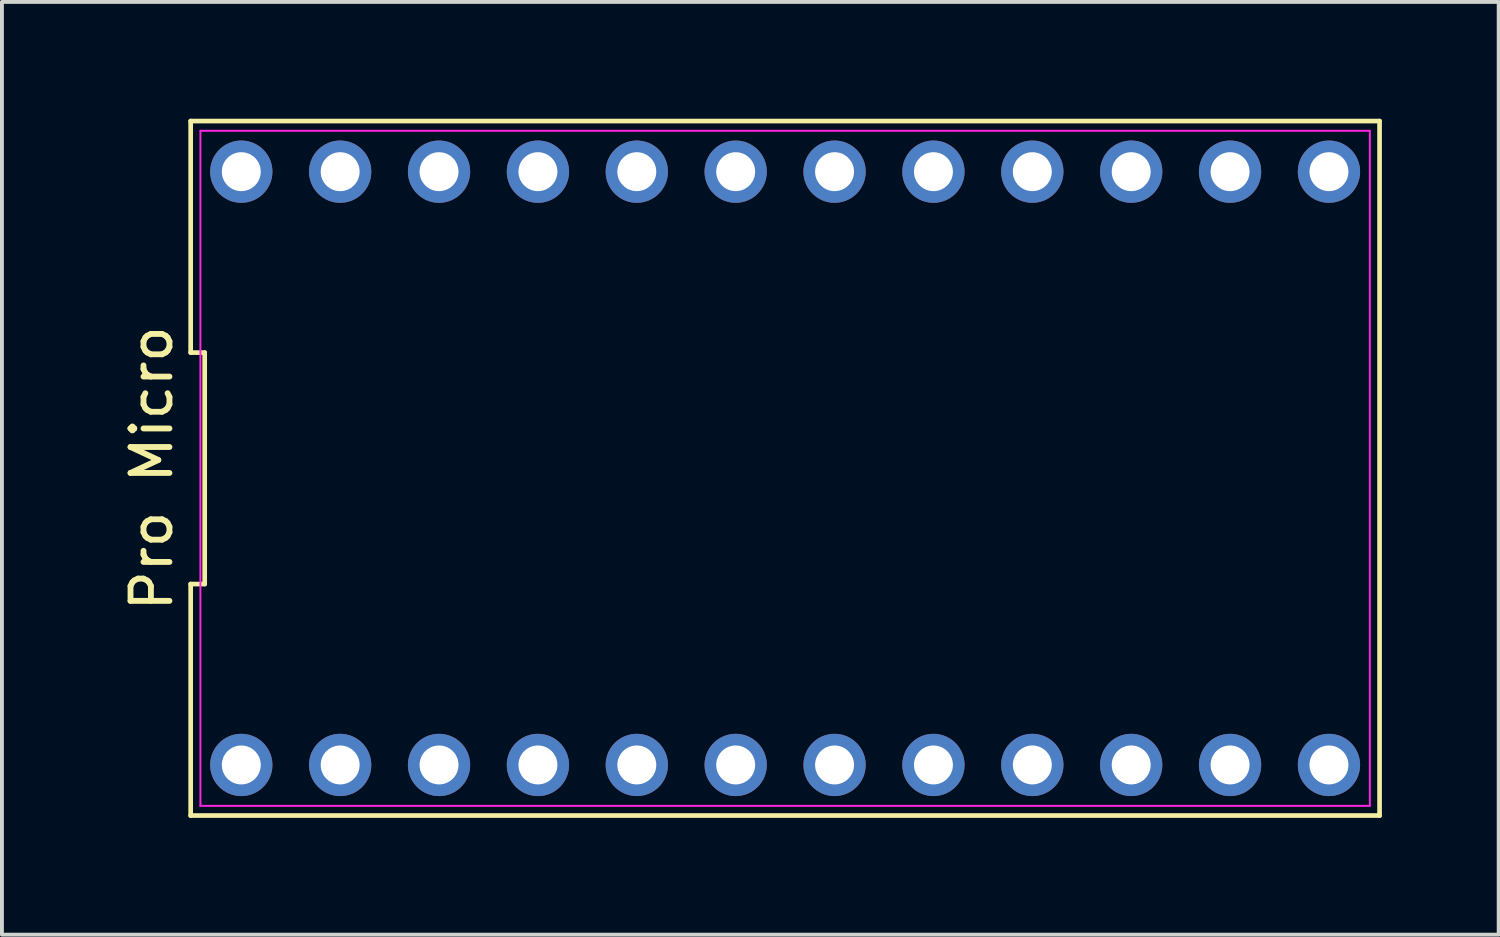
<source format=kicad_pcb>
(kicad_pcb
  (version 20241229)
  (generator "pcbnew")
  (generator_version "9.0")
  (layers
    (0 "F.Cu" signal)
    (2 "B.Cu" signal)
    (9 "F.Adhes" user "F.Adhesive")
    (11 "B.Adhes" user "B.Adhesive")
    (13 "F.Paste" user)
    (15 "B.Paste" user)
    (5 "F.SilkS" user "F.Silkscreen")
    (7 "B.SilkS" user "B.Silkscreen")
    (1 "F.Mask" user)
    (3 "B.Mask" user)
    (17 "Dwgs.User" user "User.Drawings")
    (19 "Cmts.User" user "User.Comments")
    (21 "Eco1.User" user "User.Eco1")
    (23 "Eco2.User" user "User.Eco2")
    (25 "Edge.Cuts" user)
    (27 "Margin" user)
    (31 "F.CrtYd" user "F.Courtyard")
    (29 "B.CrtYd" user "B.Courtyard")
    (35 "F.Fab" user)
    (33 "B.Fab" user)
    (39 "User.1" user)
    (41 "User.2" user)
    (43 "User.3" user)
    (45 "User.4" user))
  (footprint "Pro Micro"
    (layer "F.Cu")
    (at 17.118 8.98)
    (property "Reference" "Pro Micro" (at -16.27 0 90) (layer "F.SilkS") (effects (font (size 1 1) (thickness 0.15))))
    (attr through_hole)
    (fp_line (start -15.27 -8.92) (end -15.27 -2.973) (stroke (width 0.12) (type default)) (layer "F.SilkS"))
    (fp_line (start -15.27 -2.973) (end -14.91 -2.973) (stroke (width 0.12) (type default)) (layer "F.SilkS"))
    (fp_line (start -15.27 2.973) (end -15.27 8.92) (stroke (width 0.12) (type default)) (layer "F.SilkS"))
    (fp_line (start -15.27 8.92) (end 15.27 8.92) (stroke (width 0.12) (type default)) (layer "F.SilkS"))
    (fp_line (start -14.91 -2.973) (end -14.91 2.973) (stroke (width 0.12) (type default)) (layer "F.SilkS"))
    (fp_line (start -14.91 2.973) (end -15.27 2.973) (stroke (width 0.12) (type default)) (layer "F.SilkS"))
    (fp_line (start 15.27 -8.92) (end -15.27 -8.92) (stroke (width 0.12) (type default)) (layer "F.SilkS"))
    (fp_line (start 15.27 8.92) (end 15.27 -8.92) (stroke (width 0.12) (type default)) (layer "F.SilkS"))
    (fp_line (start -15.02 -8.67) (end 15.02 -8.67) (stroke (width 0.05) (type default)) (layer "F.CrtYd"))
    (fp_line (start -15.02 8.67) (end -15.02 -8.67) (stroke (width 0.05) (type default)) (layer "F.CrtYd"))
    (fp_line (start 15.02 -8.67) (end 15.02 8.67) (stroke (width 0.05) (type default)) (layer "F.CrtYd"))
    (fp_line (start 15.02 8.67) (end -15.02 8.67) (stroke (width 0.05) (type default)) (layer "F.CrtYd"))
    (pad "1" thru_hole circle (at -13.97 7.62) (size 1.6 1.6) (drill 1) (layers "*.Cu" "*.Mask"))
    (pad "2" thru_hole circle (at -11.43 7.62) (size 1.6 1.6) (drill 1) (layers "*.Cu" "*.Mask"))
    (pad "3" thru_hole circle (at -8.89 7.62) (size 1.6 1.6) (drill 1) (layers "*.Cu" "*.Mask"))
    (pad "4" thru_hole circle (at -6.35 7.62) (size 1.6 1.6) (drill 1) (layers "*.Cu" "*.Mask"))
    (pad "5" thru_hole circle (at -3.81 7.62) (size 1.6 1.6) (drill 1) (layers "*.Cu" "*.Mask"))
    (pad "6" thru_hole circle (at -1.27 7.62) (size 1.6 1.6) (drill 1) (layers "*.Cu" "*.Mask"))
    (pad "7" thru_hole circle (at 1.27 7.62) (size 1.6 1.6) (drill 1) (layers "*.Cu" "*.Mask"))
    (pad "8" thru_hole circle (at 3.81 7.62) (size 1.6 1.6) (drill 1) (layers "*.Cu" "*.Mask"))
    (pad "9" thru_hole circle (at 6.35 7.62) (size 1.6 1.6) (drill 1) (layers "*.Cu" "*.Mask"))
    (pad "10" thru_hole circle (at 8.89 7.62) (size 1.6 1.6) (drill 1) (layers "*.Cu" "*.Mask"))
    (pad "11" thru_hole circle (at 11.43 7.62) (size 1.6 1.6) (drill 1) (layers "*.Cu" "*.Mask"))
    (pad "12" thru_hole circle (at 13.97 7.62) (size 1.6 1.6) (drill 1) (layers "*.Cu" "*.Mask"))
    (pad "13" thru_hole circle (at 13.97 -7.62) (size 1.6 1.6) (drill 1) (layers "*.Cu" "*.Mask"))
    (pad "14" thru_hole circle (at 11.43 -7.62) (size 1.6 1.6) (drill 1) (layers "*.Cu" "*.Mask"))
    (pad "15" thru_hole circle (at 8.89 -7.62) (size 1.6 1.6) (drill 1) (layers "*.Cu" "*.Mask"))
    (pad "16" thru_hole circle (at 6.35 -7.62) (size 1.6 1.6) (drill 1) (layers "*.Cu" "*.Mask"))
    (pad "17" thru_hole circle (at 3.81 -7.62) (size 1.6 1.6) (drill 1) (layers "*.Cu" "*.Mask"))
    (pad "18" thru_hole circle (at 1.27 -7.62) (size 1.6 1.6) (drill 1) (layers "*.Cu" "*.Mask"))
    (pad "19" thru_hole circle (at -1.27 -7.62) (size 1.6 1.6) (drill 1) (layers "*.Cu" "*.Mask"))
    (pad "20" thru_hole circle (at -3.81 -7.62) (size 1.6 1.6) (drill 1) (layers "*.Cu" "*.Mask"))
    (pad "21" thru_hole circle (at -6.35 -7.62) (size 1.6 1.6) (drill 1) (layers "*.Cu" "*.Mask"))
    (pad "22" thru_hole circle (at -8.89 -7.62) (size 1.6 1.6) (drill 1) (layers "*.Cu" "*.Mask"))
    (pad "23" thru_hole circle (at -11.43 -7.62) (size 1.6 1.6) (drill 1) (layers "*.Cu" "*.Mask"))
    (pad "24" thru_hole circle (at -13.97 -7.62) (size 1.6 1.6) (drill 1) (layers "*.Cu" "*.Mask")))
  (gr_rect
    (start -3 -3)
    (end 35.448 20.96)
    (stroke (width 0.1) (type default))
    (fill no)
    (layer "Edge.Cuts")))
</source>
